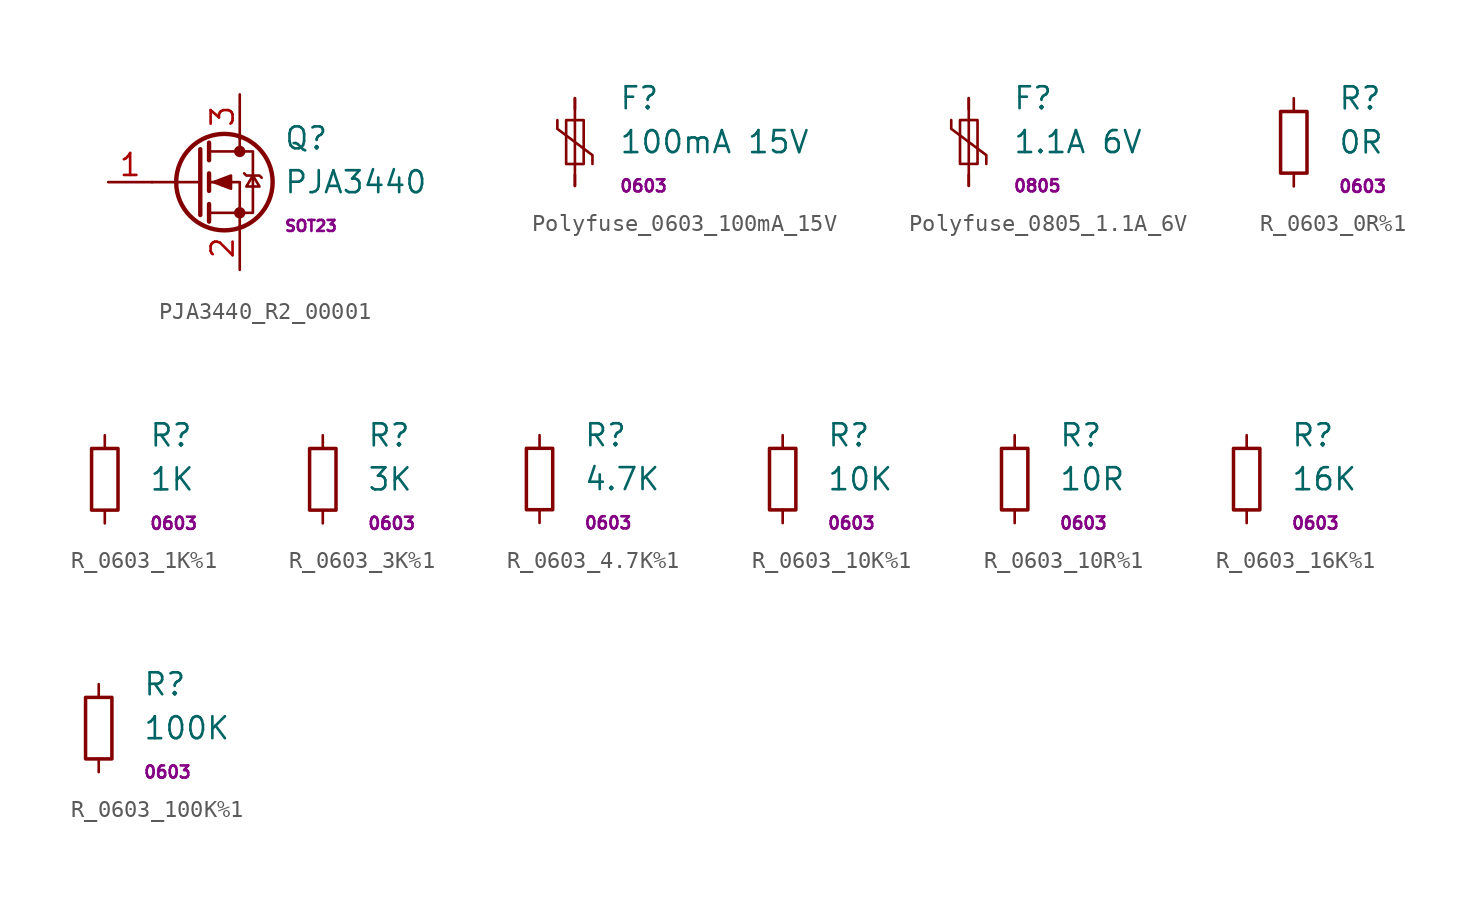
<source format=kicad_sym>
(kicad_symbol_lib
  (version 20241209)
  (generator "kicad_symbol_editor")
  (generator_version "9.0")
  (symbol "PJA3440_R2_00001"
    (pin_names
      (offset 0)
      (hide yes))
    (property "Reference" "Q"
      (at 5.08 2.54 0)
      (effects (font (size 1.27 1.27)) (justify left)))
    (property "Value" "PJA3440"
      (at 5.08 0 0)
      (effects (font (size 1.27 1.27)) (justify left)))
    (property "Pad" "SOT23"
      (at 5.08 -2.54 0)
      (effects (font (size 0.635 0.635)) (justify left)))
    (symbol "PJA3440_R2_00001_0_1"
      (polyline (pts (xy 0.254 1.905) (xy 0.254 -1.905)) (stroke (width 0.254) (type default)) (fill (type none)))
      (polyline (pts (xy 0.254 0) (xy -2.54 0)) (stroke (width 0) (type default)) (fill (type none)))
      (polyline (pts (xy 0.762 2.286) (xy 0.762 1.27)) (stroke (width 0.254) (type default)) (fill (type none)))
      (polyline (pts (xy 0.762 0.508) (xy 0.762 -0.508)) (stroke (width 0.254) (type default)) (fill (type none)))
      (polyline (pts (xy 0.762 -1.27) (xy 0.762 -2.286)) (stroke (width 0.254) (type default)) (fill (type none)))
      (polyline (pts (xy 0.762 -1.778) (xy 3.302 -1.778) (xy 3.302 1.778) (xy 0.762 1.778)) (stroke (width 0) (type default)) (fill (type none)))
      (polyline (pts (xy 1.016 0) (xy 2.032 0.381) (xy 2.032 -0.381) (xy 1.016 0)) (stroke (width 0) (type default)) (fill (type outline)))
      (circle (center 1.651 0) (radius 2.794) (stroke (width 0.254) (type default)) (fill (type none)))
      (polyline (pts (xy 2.54 2.54) (xy 2.54 1.778)) (stroke (width 0) (type default)) (fill (type none)))
      (circle (center 2.54 1.778) (radius 0.254) (stroke (width 0) (type default)) (fill (type outline)))
      (circle (center 2.54 -1.778) (radius 0.254) (stroke (width 0) (type default)) (fill (type outline)))
      (polyline (pts (xy 2.54 -2.54) (xy 2.54 0) (xy 0.762 0)) (stroke (width 0) (type default)) (fill (type none)))
      (polyline (pts (xy 2.794 0.508) (xy 2.921 0.381) (xy 3.683 0.381) (xy 3.81 0.254)) (stroke (width 0) (type default)) (fill (type none)))
      (polyline (pts (xy 3.302 0.381) (xy 2.921 -0.254) (xy 3.683 -0.254) (xy 3.302 0.381)) (stroke (width 0) (type default)) (fill (type none))))
    (symbol "PJA3440_R2_00001_1_1"
      (pin input line (at -5.08 0 0) (length 2.54) (name "G" (effects (font (size 1.27 1.27)))) (number "1" (effects (font (size 1.27 1.27)))))
      (pin passive line (at 2.54 5.08 270) (length 2.54) (name "D" (effects (font (size 1.27 1.27)))) (number "3" (effects (font (size 1.27 1.27)))))
      (pin passive line (at 2.54 -5.08 90) (length 2.54) (name "S" (effects (font (size 1.27 1.27)))) (number "2" (effects (font (size 1.27 1.27)))))))
  (symbol "Polyfuse_0603_100mA_15V"
    (pin_numbers
      (hide yes))
    (pin_names
      (offset 0))
    (property "Reference" "F"
      (at 2.54 2.54 0)
      (effects (font (size 1.27 1.27)) (justify left)))
    (property "Value" "100mA 15V"
      (at 2.54 0 0)
      (effects (font (size 1.27 1.27)) (justify left)))
    (property "Pad" "0603"
      (at 2.54 -2.54 0)
      (effects (font (size 0.7 0.7)) (justify left)))
    (symbol "Polyfuse_0603_100mA_15V_0_1"
      (polyline (pts (xy -1.016 1.27) (xy -1.016 0.762) (xy 1.016 -0.762) (xy 1.016 -1.27)) (stroke (width 0) (type default)) (fill (type none)))
      (rectangle (start -0.508 1.27) (end 0.508 -1.27) (stroke (width 0) (type default)) (fill (type none)))
      (polyline (pts (xy 0 2.54) (xy 0 -2.54)) (stroke (width 0) (type default)) (fill (type none))))
    (symbol "Polyfuse_0603_100mA_15V_1_1"
      (pin passive line (at 0 2.54 270) (length 0.635) (name "~" (effects (font (size 1.27 1.27)))) (number "1" (effects (font (size 1.27 1.27)))))
      (pin passive line (at 0 -2.54 90) (length 0.635) (name "~" (effects (font (size 1.27 1.27)))) (number "2" (effects (font (size 1.27 1.27)))))))
  (symbol "Polyfuse_0805_1.1A_6V"
    (pin_numbers
      (hide yes))
    (pin_names
      (offset 0))
    (property "Reference" "F"
      (at 2.54 2.54 0)
      (effects (font (size 1.27 1.27)) (justify left)))
    (property "Value" "1.1A 6V"
      (at 2.54 0 0)
      (effects (font (size 1.27 1.27)) (justify left)))
    (property "Pad" "0805"
      (at 2.54 -2.54 0)
      (effects (font (size 0.7 0.7)) (justify left)))
    (symbol "Polyfuse_0805_1.1A_6V_0_1"
      (polyline (pts (xy -1.016 1.27) (xy -1.016 0.762) (xy 1.016 -0.762) (xy 1.016 -1.27)) (stroke (width 0) (type default)) (fill (type none)))
      (rectangle (start -0.508 1.27) (end 0.508 -1.27) (stroke (width 0) (type default)) (fill (type none)))
      (polyline (pts (xy 0 2.54) (xy 0 -2.54)) (stroke (width 0) (type default)) (fill (type none))))
    (symbol "Polyfuse_0805_1.1A_6V_1_1"
      (pin passive line (at 0 2.54 270) (length 0.635) (name "~" (effects (font (size 1.27 1.27)))) (number "1" (effects (font (size 1.27 1.27)))))
      (pin passive line (at 0 -2.54 90) (length 0.635) (name "~" (effects (font (size 1.27 1.27)))) (number "2" (effects (font (size 1.27 1.27)))))))
  (symbol "R_0603_0R%1"
    (pin_numbers
      (hide yes))
    (pin_names
      (offset 0.254)
      (hide yes))
    (property "Reference" "R"
      (at 2.54 2.54 0)
      (effects (font (size 1.27 1.27)) (justify left)))
    (property "Value" "0R"
      (at 2.54 0 0)
      (effects (font (size 1.27 1.27)) (justify left)))
    (property "Pad" "0603"
      (at 2.54 -2.54 0)
      (effects (font (size 0.7 0.7)) (justify left)))
    (symbol "R_0603_0R%1_0_1"
      (rectangle (start -0.762 1.778) (end 0.762 -1.778) (stroke (width 0.203) (type default)) (fill (type none))))
    (symbol "R_0603_0R%1_1_1"
      (pin passive line (at 0 2.54 270) (length 0.762) (name "~" (effects (font (size 1.27 1.27)))) (number "1" (effects (font (size 1.27 1.27)))))
      (pin passive line (at 0 -2.54 90) (length 0.762) (name "~" (effects (font (size 1.27 1.27)))) (number "2" (effects (font (size 1.27 1.27)))))))
  (symbol "R_0603_1K%1"
    (pin_numbers
      (hide yes))
    (pin_names
      (offset 0.254)
      (hide yes))
    (property "Reference" "R"
      (at 2.54 2.54 0)
      (effects (font (size 1.27 1.27)) (justify left)))
    (property "Value" "1K"
      (at 2.54 0 0)
      (effects (font (size 1.27 1.27)) (justify left)))
    (property "Pad" "0603"
      (at 2.54 -2.54 0)
      (effects (font (size 0.7 0.7)) (justify left)))
    (symbol "R_0603_1K%1_0_1"
      (rectangle (start -0.762 1.778) (end 0.762 -1.778) (stroke (width 0.203) (type default)) (fill (type none))))
    (symbol "R_0603_1K%1_1_1"
      (pin passive line (at 0 2.54 270) (length 0.762) (name "~" (effects (font (size 1.27 1.27)))) (number "1" (effects (font (size 1.27 1.27)))))
      (pin passive line (at 0 -2.54 90) (length 0.762) (name "~" (effects (font (size 1.27 1.27)))) (number "2" (effects (font (size 1.27 1.27)))))))
  (symbol "R_0603_3K%1"
    (pin_numbers
      (hide yes))
    (pin_names
      (offset 0.254)
      (hide yes))
    (property "Reference" "R"
      (at 2.54 2.54 0)
      (effects (font (size 1.27 1.27)) (justify left)))
    (property "Value" "3K"
      (at 2.54 0 0)
      (effects (font (size 1.27 1.27)) (justify left)))
    (property "Pad" "0603"
      (at 2.54 -2.54 0)
      (effects (font (size 0.7 0.7)) (justify left)))
    (symbol "R_0603_3K%1_0_1"
      (rectangle (start -0.762 1.778) (end 0.762 -1.778) (stroke (width 0.203) (type default)) (fill (type none))))
    (symbol "R_0603_3K%1_1_1"
      (pin passive line (at 0 2.54 270) (length 0.762) (name "~" (effects (font (size 1.27 1.27)))) (number "1" (effects (font (size 1.27 1.27)))))
      (pin passive line (at 0 -2.54 90) (length 0.762) (name "~" (effects (font (size 1.27 1.27)))) (number "2" (effects (font (size 1.27 1.27)))))))
  (symbol "R_0603_4.7K%1"
    (pin_numbers
      (hide yes))
    (pin_names
      (offset 0.254)
      (hide yes))
    (property "Reference" "R"
      (at 2.54 2.54 0)
      (effects (font (size 1.27 1.27)) (justify left)))
    (property "Value" "4.7K"
      (at 2.54 0 0)
      (effects (font (size 1.27 1.27)) (justify left)))
    (property "Pad" "0603"
      (at 2.54 -2.54 0)
      (effects (font (size 0.7 0.7)) (justify left)))
    (symbol "R_0603_4.7K%1_0_1"
      (rectangle (start -0.762 1.778) (end 0.762 -1.778) (stroke (width 0.203) (type default)) (fill (type none))))
    (symbol "R_0603_4.7K%1_1_1"
      (pin passive line (at 0 2.54 270) (length 0.762) (name "~" (effects (font (size 1.27 1.27)))) (number "1" (effects (font (size 1.27 1.27)))))
      (pin passive line (at 0 -2.54 90) (length 0.762) (name "~" (effects (font (size 1.27 1.27)))) (number "2" (effects (font (size 1.27 1.27)))))))
  (symbol "R_0603_10K%1"
    (pin_numbers
      (hide yes))
    (pin_names
      (offset 0.254)
      (hide yes))
    (property "Reference" "R"
      (at 2.54 2.54 0)
      (effects (font (size 1.27 1.27)) (justify left)))
    (property "Value" "10K"
      (at 2.54 0 0)
      (effects (font (size 1.27 1.27)) (justify left)))
    (property "Pad" "0603"
      (at 2.54 -2.54 0)
      (effects (font (size 0.7 0.7)) (justify left)))
    (symbol "R_0603_10K%1_0_1"
      (rectangle (start -0.762 1.778) (end 0.762 -1.778) (stroke (width 0.203) (type default)) (fill (type none))))
    (symbol "R_0603_10K%1_1_1"
      (pin passive line (at 0 2.54 270) (length 0.762) (name "~" (effects (font (size 1.27 1.27)))) (number "1" (effects (font (size 1.27 1.27)))))
      (pin passive line (at 0 -2.54 90) (length 0.762) (name "~" (effects (font (size 1.27 1.27)))) (number "2" (effects (font (size 1.27 1.27)))))))
  (symbol "R_0603_10R%1"
    (pin_numbers
      (hide yes))
    (pin_names
      (offset 0.254)
      (hide yes))
    (property "Reference" "R"
      (at 2.54 2.54 0)
      (effects (font (size 1.27 1.27)) (justify left)))
    (property "Value" "10R"
      (at 2.54 0 0)
      (effects (font (size 1.27 1.27)) (justify left)))
    (property "Pad" "0603"
      (at 2.54 -2.54 0)
      (effects (font (size 0.7 0.7)) (justify left)))
    (symbol "R_0603_10R%1_0_1"
      (rectangle (start -0.762 1.778) (end 0.762 -1.778) (stroke (width 0.203) (type default)) (fill (type none))))
    (symbol "R_0603_10R%1_1_1"
      (pin passive line (at 0 2.54 270) (length 0.762) (name "~" (effects (font (size 1.27 1.27)))) (number "1" (effects (font (size 1.27 1.27)))))
      (pin passive line (at 0 -2.54 90) (length 0.762) (name "~" (effects (font (size 1.27 1.27)))) (number "2" (effects (font (size 1.27 1.27)))))))
  (symbol "R_0603_16K%1"
    (pin_numbers
      (hide yes))
    (pin_names
      (offset 0.254)
      (hide yes))
    (property "Reference" "R"
      (at 2.54 2.54 0)
      (effects (font (size 1.27 1.27)) (justify left)))
    (property "Value" "16K"
      (at 2.54 0 0)
      (effects (font (size 1.27 1.27)) (justify left)))
    (property "Pad" "0603"
      (at 2.54 -2.54 0)
      (effects (font (size 0.7 0.7)) (justify left)))
    (symbol "R_0603_16K%1_0_1"
      (rectangle (start -0.762 1.778) (end 0.762 -1.778) (stroke (width 0.203) (type default)) (fill (type none))))
    (symbol "R_0603_16K%1_1_1"
      (pin passive line (at 0 2.54 270) (length 0.762) (name "~" (effects (font (size 1.27 1.27)))) (number "1" (effects (font (size 1.27 1.27)))))
      (pin passive line (at 0 -2.54 90) (length 0.762) (name "~" (effects (font (size 1.27 1.27)))) (number "2" (effects (font (size 1.27 1.27)))))))
  (symbol "R_0603_100K%1"
    (pin_numbers
      (hide yes))
    (pin_names
      (offset 0.254)
      (hide yes))
    (property "Reference" "R"
      (at 2.54 2.54 0)
      (effects (font (size 1.27 1.27)) (justify left)))
    (property "Value" "100K"
      (at 2.54 0 0)
      (effects (font (size 1.27 1.27)) (justify left)))
    (property "Pad" "0603"
      (at 2.54 -2.54 0)
      (effects (font (size 0.7 0.7)) (justify left)))
    (symbol "R_0603_100K%1_0_1"
      (rectangle (start -0.762 1.778) (end 0.762 -1.778) (stroke (width 0.203) (type default)) (fill (type none))))
    (symbol "R_0603_100K%1_1_1"
      (pin passive line (at 0 2.54 270) (length 0.762) (name "~" (effects (font (size 1.27 1.27)))) (number "1" (effects (font (size 1.27 1.27)))))
      (pin passive line (at 0 -2.54 90) (length 0.762) (name "~" (effects (font (size 1.27 1.27)))) (number "2" (effects (font (size 1.27 1.27))))))))
</source>
